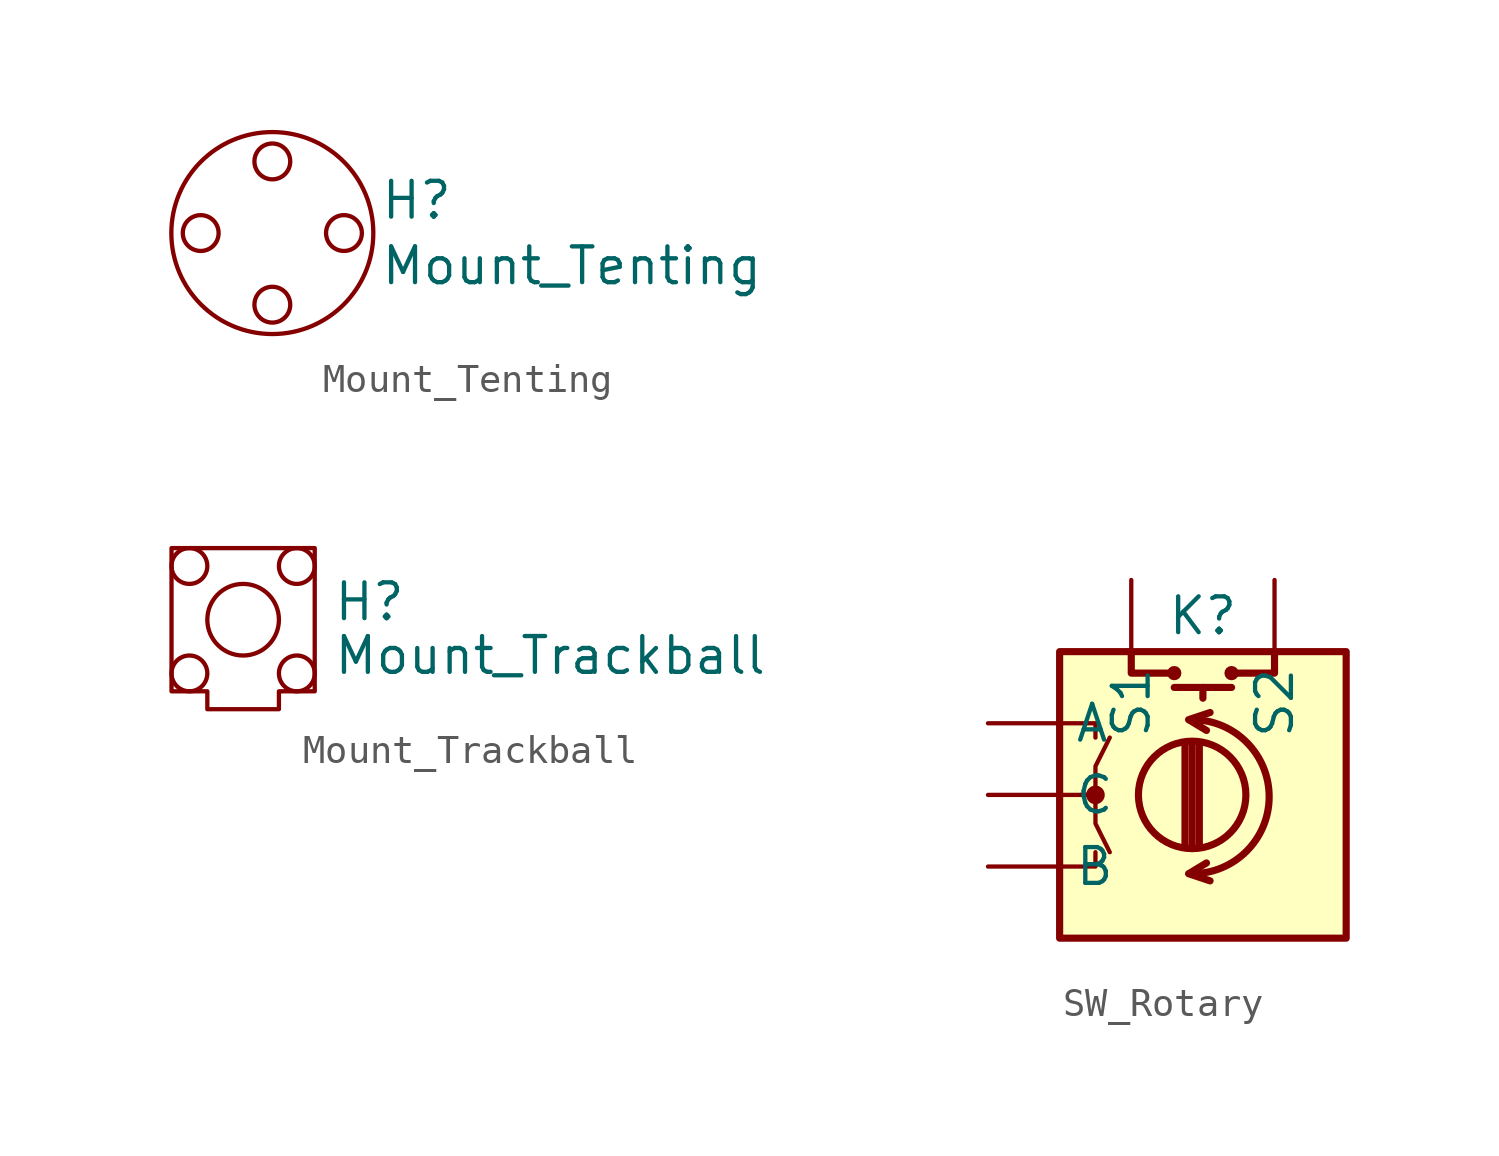
<source format=kicad_sym>
(kicad_symbol_lib
  (version 20211014)
  (generator kicad_symbol_editor)
  (symbol "Mount_Tenting"
    (pin_names
      (offset 1.016))
    (property "Reference" "H"
      (at 3.81 1.905 0)
      (effects (font (size 1.27 1.27)) (justify left top)))
    (property "Value" "Mount_Tenting"
      (at 3.81 -1.905 0)
      (effects (font (size 1.27 1.27)) (justify left bottom)))
    (symbol "Mount_Tenting_0_1"
      (circle (center -2.54 0) (radius 0.635) (stroke (width 0) (type default) (color 0 0 0 0)) (fill (type none)))
      (circle (center 0 -2.54) (radius 0.635) (stroke (width 0) (type default) (color 0 0 0 0)) (fill (type none)))
      (circle (center 0 0) (radius 3.581) (stroke (width 0) (type default) (color 0 0 0 0)) (fill (type none)))
      (circle (center 0 2.54) (radius 0.635) (stroke (width 0) (type default) (color 0 0 0 0)) (fill (type none)))
      (circle (center 2.54 0) (radius 0.635) (stroke (width 0) (type default) (color 0 0 0 0)) (fill (type none)))))
  (symbol "Mount_Trackball"
    (pin_names
      (offset 1.016))
    (property "Reference" "H"
      (at 3.175 0.635 0)
      (effects (font (size 1.27 1.27)) (justify left)))
    (property "Value" "Mount_Trackball"
      (at 3.175 -1.27 0)
      (effects (font (size 1.27 1.27)) (justify left)))
    (symbol "Mount_Trackball_0_1"
      (circle (center -1.905 -1.905) (radius 0.635) (stroke (width 0) (type default) (color 0 0 0 0)) (fill (type none)))
      (circle (center -1.905 1.905) (radius 0.635) (stroke (width 0) (type default) (color 0 0 0 0)) (fill (type none)))
      (polyline (pts (xy -2.54 2.54) (xy 2.54 2.54) (xy 2.54 -2.54) (xy 1.27 -2.54) (xy 1.27 -3.175) (xy -1.27 -3.175) (xy -1.27 -2.54) (xy -2.54 -2.54) (xy -2.54 2.54)) (stroke (width 0) (type default) (color 0 0 0 0)) (fill (type none)))
      (circle (center 0 0) (radius 1.27) (stroke (width 0) (type default) (color 0 0 0 0)) (fill (type none)))
      (circle (center 1.905 -1.905) (radius 0.635) (stroke (width 0) (type default) (color 0 0 0 0)) (fill (type none)))
      (circle (center 1.905 1.905) (radius 0.635) (stroke (width 0) (type default) (color 0 0 0 0)) (fill (type none)))))
  (symbol "SW_Rotary"
    (pin_numbers hide)
    (property "Reference" "K"
      (at 0 6.35 0)
      (effects (font (size 1.27 1.27))))
    (symbol "SW_Rotary_1_1"
      (rectangle (start -5.08 5.08) (end 5.08 -5.08) (stroke (width 0.254) (type default) (color 0 0 0 0)) (fill (type background)))
      (circle (center -3.81 0) (radius 0.254) (stroke (width 0) (type default) (color 0 0 0 0)) (fill (type outline)))
      (circle (center -1.016 4.318) (radius 0.127) (stroke (width 0.254) (type default) (color 0 0 0 0)) (fill (type none)))
      (arc (start -0.381 -2.794) (mid 2.3622 -0.0508) (end -0.381 2.667) (stroke (width 0.254) (type default) (color 0 0 0 0)) (fill (type none)))
      (circle (center -0.381 0) (radius 1.905) (stroke (width 0.254) (type default) (color 0 0 0 0)) (fill (type none)))
      (polyline (pts (xy -1.016 3.81) (xy 1.016 3.81)) (stroke (width 0.254) (type default) (color 0 0 0 0)) (fill (type none)))
      (polyline (pts (xy -0.635 -1.778) (xy -0.635 1.778)) (stroke (width 0.254) (type default) (color 0 0 0 0)) (fill (type none)))
      (polyline (pts (xy -0.381 -1.778) (xy -0.381 1.778)) (stroke (width 0.254) (type default) (color 0 0 0 0)) (fill (type none)))
      (polyline (pts (xy -0.127 1.778) (xy -0.127 -1.778)) (stroke (width 0.254) (type default) (color 0 0 0 0)) (fill (type none)))
      (polyline (pts (xy 0 3.81) (xy 0 3.429)) (stroke (width 0.254) (type default) (color 0 0 0 0)) (fill (type none)))
      (polyline (pts (xy -5.08 -2.54) (xy -3.81 -2.54) (xy -3.81 -2.032)) (stroke (width 0) (type default) (color 0 0 0 0)) (fill (type none)))
      (polyline (pts (xy -5.08 2.54) (xy -3.81 2.54) (xy -3.81 2.032)) (stroke (width 0) (type default) (color 0 0 0 0)) (fill (type none)))
      (polyline (pts (xy -2.54 5.08) (xy -2.54 4.318) (xy -1.016 4.318)) (stroke (width 0.254) (type default) (color 0 0 0 0)) (fill (type none)))
      (polyline (pts (xy 0.254 -3.048) (xy -0.508 -2.794) (xy 0.127 -2.413)) (stroke (width 0.254) (type default) (color 0 0 0 0)) (fill (type none)))
      (polyline (pts (xy 0.254 2.921) (xy -0.508 2.667) (xy 0.127 2.286)) (stroke (width 0.254) (type default) (color 0 0 0 0)) (fill (type none)))
      (polyline (pts (xy 2.54 5.08) (xy 2.54 4.318) (xy 1.016 4.318)) (stroke (width 0.254) (type default) (color 0 0 0 0)) (fill (type none)))
      (polyline (pts (xy -5.08 0) (xy -3.81 0) (xy -3.81 -1.016) (xy -3.302 -2.032)) (stroke (width 0) (type default) (color 0 0 0 0)) (fill (type none)))
      (polyline (pts (xy -4.318 0) (xy -3.81 0) (xy -3.81 1.016) (xy -3.302 2.032)) (stroke (width 0) (type default) (color 0 0 0 0)) (fill (type none)))
      (circle (center 1.016 4.318) (radius 0.127) (stroke (width 0.254) (type default) (color 0 0 0 0)) (fill (type none)))
      (pin passive line (at -7.62 2.54 0) (length 2.54) (name "A" (effects (font (size 1.27 1.27)))) (number "A" (effects (font (size 1.27 1.27)))))
      (pin passive line (at -7.62 -2.54 0) (length 2.54) (name "B" (effects (font (size 1.27 1.27)))) (number "B" (effects (font (size 1.27 1.27)))))
      (pin passive line (at -7.62 0 0) (length 2.54) (name "C" (effects (font (size 1.27 1.27)))) (number "C" (effects (font (size 1.27 1.27)))))
      (pin passive line (at -2.54 7.62 270) (length 2.54) (name "S1" (effects (font (size 1.27 1.27)))) (number "S1" (effects (font (size 1.27 1.27)))))
      (pin passive line (at 2.54 7.62 270) (length 2.54) (name "S2" (effects (font (size 1.27 1.27)))) (number "S2" (effects (font (size 1.27 1.27))))))))
</source>
